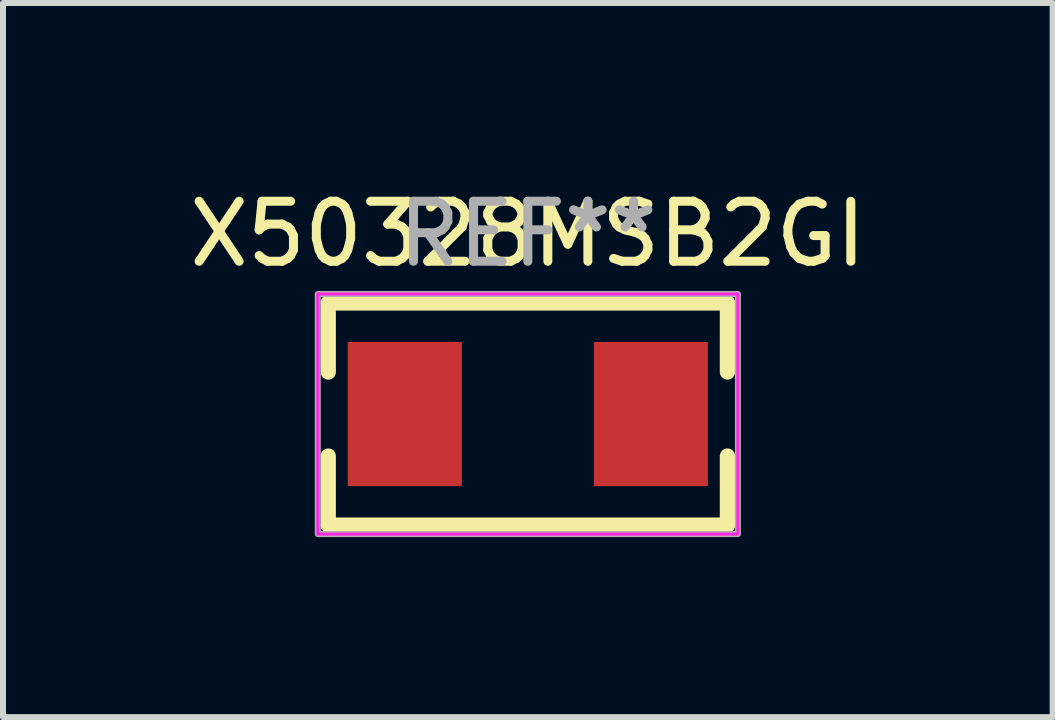
<source format=kicad_pcb>
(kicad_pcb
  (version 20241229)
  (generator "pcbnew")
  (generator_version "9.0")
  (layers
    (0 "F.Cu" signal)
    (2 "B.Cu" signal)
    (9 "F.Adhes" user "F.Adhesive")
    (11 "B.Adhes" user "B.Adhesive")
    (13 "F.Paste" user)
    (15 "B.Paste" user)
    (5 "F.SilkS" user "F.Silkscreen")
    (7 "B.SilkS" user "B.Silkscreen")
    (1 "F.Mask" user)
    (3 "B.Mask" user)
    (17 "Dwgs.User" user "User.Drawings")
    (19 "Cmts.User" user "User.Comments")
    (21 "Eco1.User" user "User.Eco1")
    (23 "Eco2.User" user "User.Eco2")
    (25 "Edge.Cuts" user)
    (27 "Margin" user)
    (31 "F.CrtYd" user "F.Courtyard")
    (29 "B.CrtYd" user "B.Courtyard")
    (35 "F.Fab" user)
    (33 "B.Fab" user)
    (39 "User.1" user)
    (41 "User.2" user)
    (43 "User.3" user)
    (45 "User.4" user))
  (footprint "X50328MSB2GI"
    (layer "F.Cu")
    (at 5.744 3.848)
    (property "Reference" "X50328MSB2GI" (at 0 -3 0) (layer "F.SilkS") (effects (font (size 1 1) (thickness 0.15))))
    (attr smd)
    (fp_line (start -3.325 -1.85) (end 3.325 -1.85) (stroke (width 0.254) (type solid)) (layer "F.SilkS"))
    (fp_line (start -3.325 -0.7) (end -3.325 -1.85) (stroke (width 0.254) (type solid)) (layer "F.SilkS"))
    (fp_line (start -3.325 1.85) (end -3.325 0.7) (stroke (width 0.254) (type solid)) (layer "F.SilkS"))
    (fp_line (start 3.325 -1.85) (end 3.325 -0.7) (stroke (width 0.254) (type solid)) (layer "F.SilkS"))
    (fp_line (start 3.325 0.7) (end 3.325 1.85) (stroke (width 0.254) (type solid)) (layer "F.SilkS"))
    (fp_line (start 3.325 1.85) (end -3.325 1.85) (stroke (width 0.254) (type solid)) (layer "F.SilkS"))
    (fp_rect (start -3.5 -2) (end 3.5 2) (stroke (width 0.05) (type default)) (fill no) (layer "F.CrtYd"))
    (fp_rect (start -3.5 -2) (end 3.5 2) (stroke (width 0.1) (type default)) (fill no) (layer "F.Fab"))
    (fp_text user "REF**" (at 0 -3 0) (layer "F.Fab") (effects (font (size 1 1) (thickness 0.15))))
    (pad "1" smd rect (at -2.05 -0.000076) (size 1.9 2.4) (layers "F.Cu" "F.Mask" "F.Paste"))
    (pad "2" smd rect (at 2.05 -0.000076) (size 1.9 2.4) (layers "F.Cu" "F.Mask" "F.Paste")))
  (gr_rect
    (start -3 -3)
    (end 14.488 8.898)
    (stroke (width 0.1) (type default))
    (fill no)
    (layer "Edge.Cuts")))
</source>
